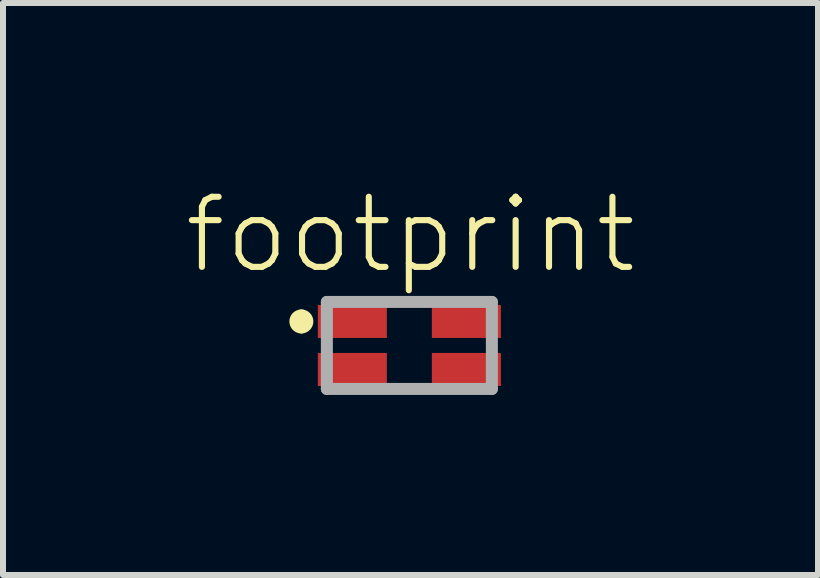
<source format=kicad_pcb>
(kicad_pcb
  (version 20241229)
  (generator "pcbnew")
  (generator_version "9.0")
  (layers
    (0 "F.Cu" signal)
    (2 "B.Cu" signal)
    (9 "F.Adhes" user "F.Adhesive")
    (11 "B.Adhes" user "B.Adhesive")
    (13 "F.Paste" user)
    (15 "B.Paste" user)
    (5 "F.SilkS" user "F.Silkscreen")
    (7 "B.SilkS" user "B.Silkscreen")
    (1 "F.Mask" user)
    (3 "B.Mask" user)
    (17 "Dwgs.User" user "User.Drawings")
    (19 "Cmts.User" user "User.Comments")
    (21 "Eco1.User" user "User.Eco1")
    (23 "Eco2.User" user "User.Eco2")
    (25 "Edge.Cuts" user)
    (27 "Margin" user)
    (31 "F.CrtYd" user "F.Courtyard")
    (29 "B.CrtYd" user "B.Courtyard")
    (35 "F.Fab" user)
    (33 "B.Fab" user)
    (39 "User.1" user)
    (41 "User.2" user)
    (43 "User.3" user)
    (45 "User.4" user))
  (footprint "footprint"
    (layer "F.Cu")
    (at 3.772 2.707)
    (property "Reference" "footprint" (at 0.019 -1.845 0) (layer "F.SilkS") (effects (font (size 1.168 1.168) (thickness 0.102))))
    (fp_line (start 0.2 -0.725) (end -0.2 -0.725) (stroke (width 0.1) (type solid)) (layer "F.SilkS"))
    (fp_line (start 0.2 0.725) (end -0.2 0.725) (stroke (width 0.1) (type solid)) (layer "F.SilkS"))
    (fp_arc (start -1.8 -0.5) (mid -1.7 -0.4) (end -1.8 -0.3) (stroke (width 0.2) (type solid)) (layer "F.SilkS"))
    (fp_arc (start -1.8 -0.3) (mid -1.9 -0.4) (end -1.8 -0.5) (stroke (width 0.2) (type solid)) (layer "F.SilkS"))
    (fp_line (start -1.375 -0.725) (end 1.375 -0.725) (stroke (width 0.2) (type solid)) (layer "F.Fab"))
    (fp_line (start -1.375 0.725) (end -1.375 -0.725) (stroke (width 0.2) (type solid)) (layer "F.Fab"))
    (fp_line (start 1.375 -0.725) (end 1.375 0.725) (stroke (width 0.2) (type solid)) (layer "F.Fab"))
    (fp_line (start 1.375 0.725) (end -1.375 0.725) (stroke (width 0.2) (type solid)) (layer "F.Fab"))
    (pad "1" smd rect (at -0.95 -0.4) (size 1.15 0.55) (layers "F.Cu" "F.Mask" "F.Paste"))
    (pad "2" smd rect (at -0.95 0.4) (size 1.15 0.55) (layers "F.Cu" "F.Mask" "F.Paste"))
    (pad "3" smd rect (at 0.95 0.4) (size 1.15 0.55) (layers "F.Cu" "F.Mask" "F.Paste"))
    (pad "4" smd rect (at 0.95 -0.4) (size 1.15 0.55) (layers "F.Cu" "F.Mask" "F.Paste")))
  (gr_rect
    (start -3 -3)
    (end 10.582 6.532)
    (stroke (width 0.1) (type default))
    (fill no)
    (layer "Edge.Cuts")))
</source>
